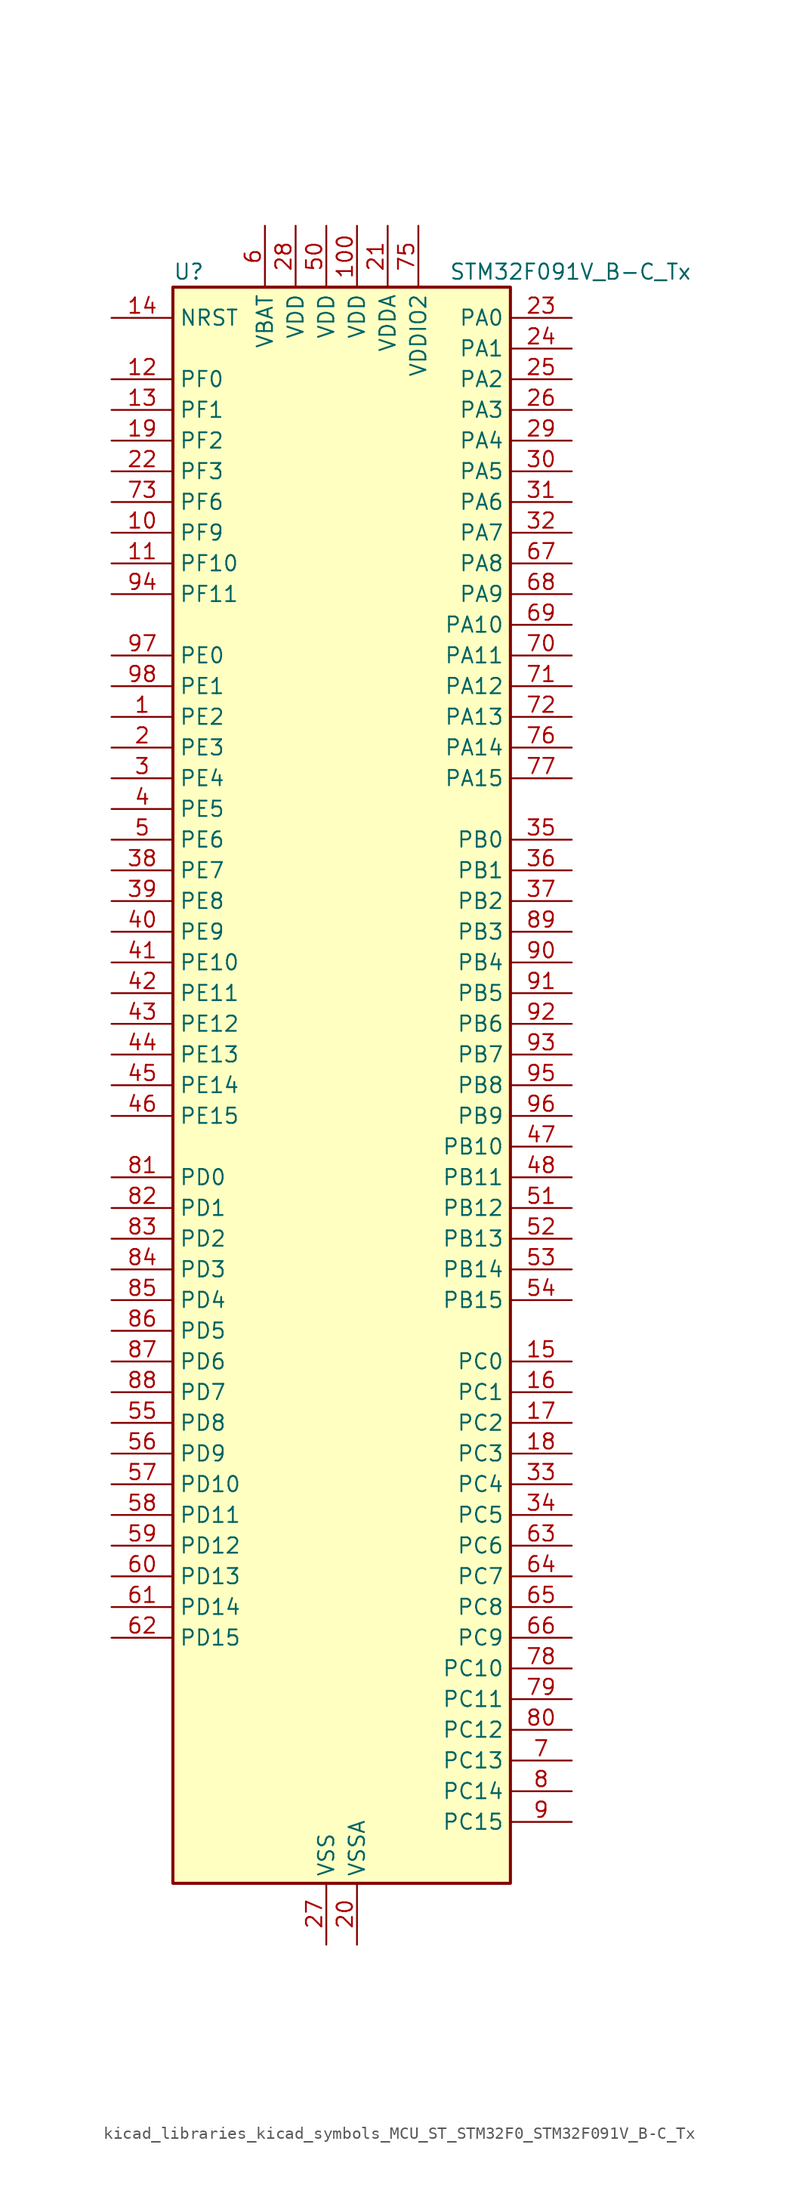
<source format=kicad_sym>
(kicad_symbol_lib
  (version 20220914)
  (generator kicad_symbol_editor)
  (symbol "kicad_libraries_kicad_symbols_MCU_ST_STM32F0_STM32F091V_B-C_Tx"
    (property "Reference" "U"
      (at -12.7 67.31 0)
      (effects (font (size 1.27 1.27)) (justify left)))
    (property "Value" "STM32F091V_B-C_Tx"
      (at 10.16 67.31 0)
      (effects (font (size 1.27 1.27)) (justify left)))
    (property "ki_locked" ""
      (at 0 0 0)
      (effects (font (size 1.27 1.27))))
    (symbol "kicad_libraries_kicad_symbols_MCU_ST_STM32F0_STM32F091V_B-C_Tx_0_1"
      (rectangle (start -12.7 -66.04) (end 15.24 66.04) (stroke (width 0.254) (type default)) (fill (type background))))
    (symbol "kicad_libraries_kicad_symbols_MCU_ST_STM32F0_STM32F091V_B-C_Tx_1_1"
      (pin bidirectional line (at -17.78 30.48 0) (length 5.08) (name "PE2" (effects (font (size 1.27 1.27)))) (number "1" (effects (font (size 1.27 1.27)))) (alternate "TIM3_ETR" bidirectional line) (alternate "TSC_G7_IO1" bidirectional line))
      (pin bidirectional line (at -17.78 45.72 0) (length 5.08) (name "PF9" (effects (font (size 1.27 1.27)))) (number "10" (effects (font (size 1.27 1.27)))) (alternate "DAC_EXTI9" bidirectional line) (alternate "TIM15_CH1" bidirectional line) (alternate "USART6_TX" bidirectional line))
      (pin power_in line (at 2.54 71.12 270) (length 5.08) (name "VDD" (effects (font (size 1.27 1.27)))) (number "100" (effects (font (size 1.27 1.27)))))
      (pin bidirectional line (at -17.78 43.18 0) (length 5.08) (name "PF10" (effects (font (size 1.27 1.27)))) (number "11" (effects (font (size 1.27 1.27)))) (alternate "TIM15_CH2" bidirectional line) (alternate "USART6_RX" bidirectional line))
      (pin bidirectional line (at -17.78 58.42 0) (length 5.08) (name "PF0" (effects (font (size 1.27 1.27)))) (number "12" (effects (font (size 1.27 1.27)))) (alternate "CRS_SYNC" bidirectional line) (alternate "I2C1_SDA" bidirectional line) (alternate "RCC_OSC_IN" bidirectional line))
      (pin bidirectional line (at -17.78 55.88 0) (length 5.08) (name "PF1" (effects (font (size 1.27 1.27)))) (number "13" (effects (font (size 1.27 1.27)))) (alternate "I2C1_SCL" bidirectional line) (alternate "RCC_OSC_OUT" bidirectional line))
      (pin input line (at -17.78 63.5 0) (length 5.08) (name "NRST" (effects (font (size 1.27 1.27)))) (number "14" (effects (font (size 1.27 1.27)))))
      (pin bidirectional line (at 20.32 -22.86 180) (length 5.08) (name "PC0" (effects (font (size 1.27 1.27)))) (number "15" (effects (font (size 1.27 1.27)))) (alternate "ADC_IN10" bidirectional line) (alternate "USART6_TX" bidirectional line) (alternate "USART7_TX" bidirectional line))
      (pin bidirectional line (at 20.32 -25.4 180) (length 5.08) (name "PC1" (effects (font (size 1.27 1.27)))) (number "16" (effects (font (size 1.27 1.27)))) (alternate "ADC_IN11" bidirectional line) (alternate "USART6_RX" bidirectional line) (alternate "USART7_RX" bidirectional line))
      (pin bidirectional line (at 20.32 -27.94 180) (length 5.08) (name "PC2" (effects (font (size 1.27 1.27)))) (number "17" (effects (font (size 1.27 1.27)))) (alternate "ADC_IN12" bidirectional line) (alternate "I2S2_MCK" bidirectional line) (alternate "SPI2_MISO" bidirectional line) (alternate "USART8_TX" bidirectional line))
      (pin bidirectional line (at 20.32 -30.48 180) (length 5.08) (name "PC3" (effects (font (size 1.27 1.27)))) (number "18" (effects (font (size 1.27 1.27)))) (alternate "ADC_IN13" bidirectional line) (alternate "I2S2_SD" bidirectional line) (alternate "SPI2_MOSI" bidirectional line) (alternate "USART8_RX" bidirectional line))
      (pin bidirectional line (at -17.78 53.34 0) (length 5.08) (name "PF2" (effects (font (size 1.27 1.27)))) (number "19" (effects (font (size 1.27 1.27)))) (alternate "SYS_WKUP8" bidirectional line) (alternate "USART7_CK" bidirectional line) (alternate "USART7_DE" bidirectional line) (alternate "USART7_RTS" bidirectional line) (alternate "USART7_TX" bidirectional line))
      (pin bidirectional line (at -17.78 27.94 0) (length 5.08) (name "PE3" (effects (font (size 1.27 1.27)))) (number "2" (effects (font (size 1.27 1.27)))) (alternate "TIM3_CH1" bidirectional line) (alternate "TSC_G7_IO2" bidirectional line))
      (pin power_in line (at 2.54 -71.12 90) (length 5.08) (name "VSSA" (effects (font (size 1.27 1.27)))) (number "20" (effects (font (size 1.27 1.27)))))
      (pin power_in line (at 5.08 71.12 270) (length 5.08) (name "VDDA" (effects (font (size 1.27 1.27)))) (number "21" (effects (font (size 1.27 1.27)))))
      (pin bidirectional line (at -17.78 50.8 0) (length 5.08) (name "PF3" (effects (font (size 1.27 1.27)))) (number "22" (effects (font (size 1.27 1.27)))) (alternate "USART6_CK" bidirectional line) (alternate "USART6_DE" bidirectional line) (alternate "USART6_RTS" bidirectional line) (alternate "USART7_RX" bidirectional line))
      (pin bidirectional line (at 20.32 63.5 180) (length 5.08) (name "PA0" (effects (font (size 1.27 1.27)))) (number "23" (effects (font (size 1.27 1.27)))) (alternate "ADC_IN0" bidirectional line) (alternate "COMP1_INM" bidirectional line) (alternate "COMP1_OUT" bidirectional line) (alternate "RTC_TAMP2" bidirectional line) (alternate "SYS_WKUP1" bidirectional line) (alternate "TIM2_CH1" bidirectional line) (alternate "TIM2_ETR" bidirectional line) (alternate "TSC_G1_IO1" bidirectional line) (alternate "USART2_CTS" bidirectional line) (alternate "USART4_TX" bidirectional line))
      (pin bidirectional line (at 20.32 60.96 180) (length 5.08) (name "PA1" (effects (font (size 1.27 1.27)))) (number "24" (effects (font (size 1.27 1.27)))) (alternate "ADC_IN1" bidirectional line) (alternate "COMP1_INP" bidirectional line) (alternate "TIM15_CH1N" bidirectional line) (alternate "TIM2_CH2" bidirectional line) (alternate "TSC_G1_IO2" bidirectional line) (alternate "USART2_DE" bidirectional line) (alternate "USART2_RTS" bidirectional line) (alternate "USART4_RX" bidirectional line))
      (pin bidirectional line (at 20.32 58.42 180) (length 5.08) (name "PA2" (effects (font (size 1.27 1.27)))) (number "25" (effects (font (size 1.27 1.27)))) (alternate "ADC_IN2" bidirectional line) (alternate "COMP2_INM" bidirectional line) (alternate "COMP2_OUT" bidirectional line) (alternate "SYS_WKUP4" bidirectional line) (alternate "TIM15_CH1" bidirectional line) (alternate "TIM2_CH3" bidirectional line) (alternate "TSC_G1_IO3" bidirectional line) (alternate "USART2_TX" bidirectional line))
      (pin bidirectional line (at 20.32 55.88 180) (length 5.08) (name "PA3" (effects (font (size 1.27 1.27)))) (number "26" (effects (font (size 1.27 1.27)))) (alternate "ADC_IN3" bidirectional line) (alternate "COMP2_INP" bidirectional line) (alternate "TIM15_CH2" bidirectional line) (alternate "TIM2_CH4" bidirectional line) (alternate "TSC_G1_IO4" bidirectional line) (alternate "USART2_RX" bidirectional line))
      (pin power_in line (at 0 -71.12 90) (length 5.08) (name "VSS" (effects (font (size 1.27 1.27)))) (number "27" (effects (font (size 1.27 1.27)))))
      (pin power_in line (at -2.54 71.12 270) (length 5.08) (name "VDD" (effects (font (size 1.27 1.27)))) (number "28" (effects (font (size 1.27 1.27)))))
      (pin bidirectional line (at 20.32 53.34 180) (length 5.08) (name "PA4" (effects (font (size 1.27 1.27)))) (number "29" (effects (font (size 1.27 1.27)))) (alternate "ADC_IN4" bidirectional line) (alternate "COMP1_INM" bidirectional line) (alternate "COMP2_INM" bidirectional line) (alternate "DAC_OUT1" bidirectional line) (alternate "I2S1_WS" bidirectional line) (alternate "SPI1_NSS" bidirectional line) (alternate "TIM14_CH1" bidirectional line) (alternate "TSC_G2_IO1" bidirectional line) (alternate "USART2_CK" bidirectional line) (alternate "USART6_TX" bidirectional line))
      (pin bidirectional line (at -17.78 25.4 0) (length 5.08) (name "PE4" (effects (font (size 1.27 1.27)))) (number "3" (effects (font (size 1.27 1.27)))) (alternate "TIM3_CH2" bidirectional line) (alternate "TSC_G7_IO3" bidirectional line))
      (pin bidirectional line (at 20.32 50.8 180) (length 5.08) (name "PA5" (effects (font (size 1.27 1.27)))) (number "30" (effects (font (size 1.27 1.27)))) (alternate "ADC_IN5" bidirectional line) (alternate "CEC" bidirectional line) (alternate "COMP1_INM" bidirectional line) (alternate "COMP2_INM" bidirectional line) (alternate "DAC_OUT2" bidirectional line) (alternate "I2S1_CK" bidirectional line) (alternate "SPI1_SCK" bidirectional line) (alternate "TIM2_CH1" bidirectional line) (alternate "TIM2_ETR" bidirectional line) (alternate "TSC_G2_IO2" bidirectional line) (alternate "USART6_RX" bidirectional line))
      (pin bidirectional line (at 20.32 48.26 180) (length 5.08) (name "PA6" (effects (font (size 1.27 1.27)))) (number "31" (effects (font (size 1.27 1.27)))) (alternate "ADC_IN6" bidirectional line) (alternate "COMP1_OUT" bidirectional line) (alternate "I2S1_MCK" bidirectional line) (alternate "SPI1_MISO" bidirectional line) (alternate "TIM16_CH1" bidirectional line) (alternate "TIM1_BKIN" bidirectional line) (alternate "TIM3_CH1" bidirectional line) (alternate "TSC_G2_IO3" bidirectional line) (alternate "USART3_CTS" bidirectional line))
      (pin bidirectional line (at 20.32 45.72 180) (length 5.08) (name "PA7" (effects (font (size 1.27 1.27)))) (number "32" (effects (font (size 1.27 1.27)))) (alternate "ADC_IN7" bidirectional line) (alternate "COMP2_OUT" bidirectional line) (alternate "I2S1_SD" bidirectional line) (alternate "SPI1_MOSI" bidirectional line) (alternate "TIM14_CH1" bidirectional line) (alternate "TIM17_CH1" bidirectional line) (alternate "TIM1_CH1N" bidirectional line) (alternate "TIM3_CH2" bidirectional line) (alternate "TSC_G2_IO4" bidirectional line))
      (pin bidirectional line (at 20.32 -33.02 180) (length 5.08) (name "PC4" (effects (font (size 1.27 1.27)))) (number "33" (effects (font (size 1.27 1.27)))) (alternate "ADC_IN14" bidirectional line) (alternate "USART3_TX" bidirectional line))
      (pin bidirectional line (at 20.32 -35.56 180) (length 5.08) (name "PC5" (effects (font (size 1.27 1.27)))) (number "34" (effects (font (size 1.27 1.27)))) (alternate "ADC_IN15" bidirectional line) (alternate "SYS_WKUP5" bidirectional line) (alternate "TSC_G3_IO1" bidirectional line) (alternate "USART3_RX" bidirectional line))
      (pin bidirectional line (at 20.32 20.32 180) (length 5.08) (name "PB0" (effects (font (size 1.27 1.27)))) (number "35" (effects (font (size 1.27 1.27)))) (alternate "ADC_IN8" bidirectional line) (alternate "TIM1_CH2N" bidirectional line) (alternate "TIM3_CH3" bidirectional line) (alternate "TSC_G3_IO2" bidirectional line) (alternate "USART3_CK" bidirectional line))
      (pin bidirectional line (at 20.32 17.78 180) (length 5.08) (name "PB1" (effects (font (size 1.27 1.27)))) (number "36" (effects (font (size 1.27 1.27)))) (alternate "ADC_IN9" bidirectional line) (alternate "TIM14_CH1" bidirectional line) (alternate "TIM1_CH3N" bidirectional line) (alternate "TIM3_CH4" bidirectional line) (alternate "TSC_G3_IO3" bidirectional line) (alternate "USART3_DE" bidirectional line) (alternate "USART3_RTS" bidirectional line))
      (pin bidirectional line (at 20.32 15.24 180) (length 5.08) (name "PB2" (effects (font (size 1.27 1.27)))) (number "37" (effects (font (size 1.27 1.27)))) (alternate "TSC_G3_IO4" bidirectional line))
      (pin bidirectional line (at -17.78 17.78 0) (length 5.08) (name "PE7" (effects (font (size 1.27 1.27)))) (number "38" (effects (font (size 1.27 1.27)))) (alternate "TIM1_ETR" bidirectional line) (alternate "USART5_CK" bidirectional line) (alternate "USART5_DE" bidirectional line) (alternate "USART5_RTS" bidirectional line))
      (pin bidirectional line (at -17.78 15.24 0) (length 5.08) (name "PE8" (effects (font (size 1.27 1.27)))) (number "39" (effects (font (size 1.27 1.27)))) (alternate "TIM1_CH1N" bidirectional line) (alternate "USART4_TX" bidirectional line))
      (pin bidirectional line (at -17.78 22.86 0) (length 5.08) (name "PE5" (effects (font (size 1.27 1.27)))) (number "4" (effects (font (size 1.27 1.27)))) (alternate "TIM3_CH3" bidirectional line) (alternate "TSC_G7_IO4" bidirectional line))
      (pin bidirectional line (at -17.78 12.7 0) (length 5.08) (name "PE9" (effects (font (size 1.27 1.27)))) (number "40" (effects (font (size 1.27 1.27)))) (alternate "DAC_EXTI9" bidirectional line) (alternate "TIM1_CH1" bidirectional line) (alternate "USART4_RX" bidirectional line))
      (pin bidirectional line (at -17.78 10.16 0) (length 5.08) (name "PE10" (effects (font (size 1.27 1.27)))) (number "41" (effects (font (size 1.27 1.27)))) (alternate "TIM1_CH2N" bidirectional line) (alternate "USART5_TX" bidirectional line))
      (pin bidirectional line (at -17.78 7.62 0) (length 5.08) (name "PE11" (effects (font (size 1.27 1.27)))) (number "42" (effects (font (size 1.27 1.27)))) (alternate "TIM1_CH2" bidirectional line) (alternate "USART5_RX" bidirectional line))
      (pin bidirectional line (at -17.78 5.08 0) (length 5.08) (name "PE12" (effects (font (size 1.27 1.27)))) (number "43" (effects (font (size 1.27 1.27)))) (alternate "I2S1_WS" bidirectional line) (alternate "SPI1_NSS" bidirectional line) (alternate "TIM1_CH3N" bidirectional line))
      (pin bidirectional line (at -17.78 2.54 0) (length 5.08) (name "PE13" (effects (font (size 1.27 1.27)))) (number "44" (effects (font (size 1.27 1.27)))) (alternate "I2S1_CK" bidirectional line) (alternate "SPI1_SCK" bidirectional line) (alternate "TIM1_CH3" bidirectional line))
      (pin bidirectional line (at -17.78 0 0) (length 5.08) (name "PE14" (effects (font (size 1.27 1.27)))) (number "45" (effects (font (size 1.27 1.27)))) (alternate "I2S1_MCK" bidirectional line) (alternate "SPI1_MISO" bidirectional line) (alternate "TIM1_CH4" bidirectional line))
      (pin bidirectional line (at -17.78 -2.54 0) (length 5.08) (name "PE15" (effects (font (size 1.27 1.27)))) (number "46" (effects (font (size 1.27 1.27)))) (alternate "I2S1_SD" bidirectional line) (alternate "SPI1_MOSI" bidirectional line) (alternate "TIM1_BKIN" bidirectional line))
      (pin bidirectional line (at 20.32 -5.08 180) (length 5.08) (name "PB10" (effects (font (size 1.27 1.27)))) (number "47" (effects (font (size 1.27 1.27)))) (alternate "CEC" bidirectional line) (alternate "I2C2_SCL" bidirectional line) (alternate "I2S2_CK" bidirectional line) (alternate "SPI2_SCK" bidirectional line) (alternate "TIM2_CH3" bidirectional line) (alternate "TSC_SYNC" bidirectional line) (alternate "USART3_TX" bidirectional line))
      (pin bidirectional line (at 20.32 -7.62 180) (length 5.08) (name "PB11" (effects (font (size 1.27 1.27)))) (number "48" (effects (font (size 1.27 1.27)))) (alternate "I2C2_SDA" bidirectional line) (alternate "TIM2_CH4" bidirectional line) (alternate "TSC_G6_IO1" bidirectional line) (alternate "USART3_RX" bidirectional line))
      (pin passive line (at 0 -71.12 90) (length 5.08) hide (name "VSS" (effects (font (size 1.27 1.27)))) (number "49" (effects (font (size 1.27 1.27)))))
      (pin bidirectional line (at -17.78 20.32 0) (length 5.08) (name "PE6" (effects (font (size 1.27 1.27)))) (number "5" (effects (font (size 1.27 1.27)))) (alternate "RTC_TAMP3" bidirectional line) (alternate "SYS_WKUP3" bidirectional line) (alternate "TIM3_CH4" bidirectional line))
      (pin power_in line (at 0 71.12 270) (length 5.08) (name "VDD" (effects (font (size 1.27 1.27)))) (number "50" (effects (font (size 1.27 1.27)))))
      (pin bidirectional line (at 20.32 -10.16 180) (length 5.08) (name "PB12" (effects (font (size 1.27 1.27)))) (number "51" (effects (font (size 1.27 1.27)))) (alternate "I2S2_WS" bidirectional line) (alternate "SPI2_NSS" bidirectional line) (alternate "TIM15_BKIN" bidirectional line) (alternate "TIM1_BKIN" bidirectional line) (alternate "TSC_G6_IO2" bidirectional line) (alternate "USART3_CK" bidirectional line))
      (pin bidirectional line (at 20.32 -12.7 180) (length 5.08) (name "PB13" (effects (font (size 1.27 1.27)))) (number "52" (effects (font (size 1.27 1.27)))) (alternate "I2C2_SCL" bidirectional line) (alternate "I2S2_CK" bidirectional line) (alternate "SPI2_SCK" bidirectional line) (alternate "TIM1_CH1N" bidirectional line) (alternate "TSC_G6_IO3" bidirectional line) (alternate "USART3_CTS" bidirectional line))
      (pin bidirectional line (at 20.32 -15.24 180) (length 5.08) (name "PB14" (effects (font (size 1.27 1.27)))) (number "53" (effects (font (size 1.27 1.27)))) (alternate "I2C2_SDA" bidirectional line) (alternate "I2S2_MCK" bidirectional line) (alternate "SPI2_MISO" bidirectional line) (alternate "TIM15_CH1" bidirectional line) (alternate "TIM1_CH2N" bidirectional line) (alternate "TSC_G6_IO4" bidirectional line) (alternate "USART3_DE" bidirectional line) (alternate "USART3_RTS" bidirectional line))
      (pin bidirectional line (at 20.32 -17.78 180) (length 5.08) (name "PB15" (effects (font (size 1.27 1.27)))) (number "54" (effects (font (size 1.27 1.27)))) (alternate "I2S2_SD" bidirectional line) (alternate "RTC_REFIN" bidirectional line) (alternate "SPI2_MOSI" bidirectional line) (alternate "SYS_WKUP7" bidirectional line) (alternate "TIM15_CH1N" bidirectional line) (alternate "TIM15_CH2" bidirectional line) (alternate "TIM1_CH3N" bidirectional line))
      (pin bidirectional line (at -17.78 -27.94 0) (length 5.08) (name "PD8" (effects (font (size 1.27 1.27)))) (number "55" (effects (font (size 1.27 1.27)))) (alternate "USART3_TX" bidirectional line))
      (pin bidirectional line (at -17.78 -30.48 0) (length 5.08) (name "PD9" (effects (font (size 1.27 1.27)))) (number "56" (effects (font (size 1.27 1.27)))) (alternate "DAC_EXTI9" bidirectional line) (alternate "USART3_RX" bidirectional line))
      (pin bidirectional line (at -17.78 -33.02 0) (length 5.08) (name "PD10" (effects (font (size 1.27 1.27)))) (number "57" (effects (font (size 1.27 1.27)))) (alternate "USART3_CK" bidirectional line))
      (pin bidirectional line (at -17.78 -35.56 0) (length 5.08) (name "PD11" (effects (font (size 1.27 1.27)))) (number "58" (effects (font (size 1.27 1.27)))) (alternate "USART3_CTS" bidirectional line))
      (pin bidirectional line (at -17.78 -38.1 0) (length 5.08) (name "PD12" (effects (font (size 1.27 1.27)))) (number "59" (effects (font (size 1.27 1.27)))) (alternate "TSC_G8_IO1" bidirectional line) (alternate "USART3_DE" bidirectional line) (alternate "USART3_RTS" bidirectional line) (alternate "USART8_CK" bidirectional line) (alternate "USART8_DE" bidirectional line) (alternate "USART8_RTS" bidirectional line))
      (pin power_in line (at -5.08 71.12 270) (length 5.08) (name "VBAT" (effects (font (size 1.27 1.27)))) (number "6" (effects (font (size 1.27 1.27)))))
      (pin bidirectional line (at -17.78 -40.64 0) (length 5.08) (name "PD13" (effects (font (size 1.27 1.27)))) (number "60" (effects (font (size 1.27 1.27)))) (alternate "TSC_G8_IO2" bidirectional line) (alternate "USART8_TX" bidirectional line))
      (pin bidirectional line (at -17.78 -43.18 0) (length 5.08) (name "PD14" (effects (font (size 1.27 1.27)))) (number "61" (effects (font (size 1.27 1.27)))) (alternate "TSC_G8_IO3" bidirectional line) (alternate "USART8_RX" bidirectional line))
      (pin bidirectional line (at -17.78 -45.72 0) (length 5.08) (name "PD15" (effects (font (size 1.27 1.27)))) (number "62" (effects (font (size 1.27 1.27)))) (alternate "CRS_SYNC" bidirectional line) (alternate "TSC_G8_IO4" bidirectional line) (alternate "USART7_CK" bidirectional line) (alternate "USART7_DE" bidirectional line) (alternate "USART7_RTS" bidirectional line))
      (pin bidirectional line (at 20.32 -38.1 180) (length 5.08) (name "PC6" (effects (font (size 1.27 1.27)))) (number "63" (effects (font (size 1.27 1.27)))) (alternate "TIM3_CH1" bidirectional line) (alternate "USART7_TX" bidirectional line))
      (pin bidirectional line (at 20.32 -40.64 180) (length 5.08) (name "PC7" (effects (font (size 1.27 1.27)))) (number "64" (effects (font (size 1.27 1.27)))) (alternate "TIM3_CH2" bidirectional line) (alternate "USART7_RX" bidirectional line))
      (pin bidirectional line (at 20.32 -43.18 180) (length 5.08) (name "PC8" (effects (font (size 1.27 1.27)))) (number "65" (effects (font (size 1.27 1.27)))) (alternate "TIM3_CH3" bidirectional line) (alternate "USART8_TX" bidirectional line))
      (pin bidirectional line (at 20.32 -45.72 180) (length 5.08) (name "PC9" (effects (font (size 1.27 1.27)))) (number "66" (effects (font (size 1.27 1.27)))) (alternate "DAC_EXTI9" bidirectional line) (alternate "TIM3_CH4" bidirectional line) (alternate "USART8_RX" bidirectional line))
      (pin bidirectional line (at 20.32 43.18 180) (length 5.08) (name "PA8" (effects (font (size 1.27 1.27)))) (number "67" (effects (font (size 1.27 1.27)))) (alternate "CRS_SYNC" bidirectional line) (alternate "RCC_MCO" bidirectional line) (alternate "TIM1_CH1" bidirectional line) (alternate "USART1_CK" bidirectional line))
      (pin bidirectional line (at 20.32 40.64 180) (length 5.08) (name "PA9" (effects (font (size 1.27 1.27)))) (number "68" (effects (font (size 1.27 1.27)))) (alternate "DAC_EXTI9" bidirectional line) (alternate "I2C1_SCL" bidirectional line) (alternate "RCC_MCO" bidirectional line) (alternate "TIM15_BKIN" bidirectional line) (alternate "TIM1_CH2" bidirectional line) (alternate "TSC_G4_IO1" bidirectional line) (alternate "USART1_TX" bidirectional line))
      (pin bidirectional line (at 20.32 38.1 180) (length 5.08) (name "PA10" (effects (font (size 1.27 1.27)))) (number "69" (effects (font (size 1.27 1.27)))) (alternate "I2C1_SDA" bidirectional line) (alternate "TIM17_BKIN" bidirectional line) (alternate "TIM1_CH3" bidirectional line) (alternate "TSC_G4_IO2" bidirectional line) (alternate "USART1_RX" bidirectional line))
      (pin bidirectional line (at 20.32 -55.88 180) (length 5.08) (name "PC13" (effects (font (size 1.27 1.27)))) (number "7" (effects (font (size 1.27 1.27)))) (alternate "RTC_OUT_ALARM" bidirectional line) (alternate "RTC_OUT_CALIB" bidirectional line) (alternate "RTC_TAMP1" bidirectional line) (alternate "RTC_TS" bidirectional line) (alternate "SYS_WKUP2" bidirectional line))
      (pin bidirectional line (at 20.32 35.56 180) (length 5.08) (name "PA11" (effects (font (size 1.27 1.27)))) (number "70" (effects (font (size 1.27 1.27)))) (alternate "CAN_RX" bidirectional line) (alternate "COMP1_OUT" bidirectional line) (alternate "I2C2_SCL" bidirectional line) (alternate "TIM1_CH4" bidirectional line) (alternate "TSC_G4_IO3" bidirectional line) (alternate "USART1_CTS" bidirectional line))
      (pin bidirectional line (at 20.32 33.02 180) (length 5.08) (name "PA12" (effects (font (size 1.27 1.27)))) (number "71" (effects (font (size 1.27 1.27)))) (alternate "CAN_TX" bidirectional line) (alternate "COMP2_OUT" bidirectional line) (alternate "I2C2_SDA" bidirectional line) (alternate "TIM1_ETR" bidirectional line) (alternate "TSC_G4_IO4" bidirectional line) (alternate "USART1_DE" bidirectional line) (alternate "USART1_RTS" bidirectional line))
      (pin bidirectional line (at 20.32 30.48 180) (length 5.08) (name "PA13" (effects (font (size 1.27 1.27)))) (number "72" (effects (font (size 1.27 1.27)))) (alternate "IR_OUT" bidirectional line) (alternate "SYS_SWDIO" bidirectional line))
      (pin bidirectional line (at -17.78 48.26 0) (length 5.08) (name "PF6" (effects (font (size 1.27 1.27)))) (number "73" (effects (font (size 1.27 1.27)))))
      (pin passive line (at 0 -71.12 90) (length 5.08) hide (name "VSS" (effects (font (size 1.27 1.27)))) (number "74" (effects (font (size 1.27 1.27)))))
      (pin power_in line (at 7.62 71.12 270) (length 5.08) (name "VDDIO2" (effects (font (size 1.27 1.27)))) (number "75" (effects (font (size 1.27 1.27)))))
      (pin bidirectional line (at 20.32 27.94 180) (length 5.08) (name "PA14" (effects (font (size 1.27 1.27)))) (number "76" (effects (font (size 1.27 1.27)))) (alternate "SYS_SWCLK" bidirectional line) (alternate "USART2_TX" bidirectional line))
      (pin bidirectional line (at 20.32 25.4 180) (length 5.08) (name "PA15" (effects (font (size 1.27 1.27)))) (number "77" (effects (font (size 1.27 1.27)))) (alternate "I2S1_WS" bidirectional line) (alternate "SPI1_NSS" bidirectional line) (alternate "TIM2_CH1" bidirectional line) (alternate "TIM2_ETR" bidirectional line) (alternate "USART2_RX" bidirectional line) (alternate "USART4_DE" bidirectional line) (alternate "USART4_RTS" bidirectional line))
      (pin bidirectional line (at 20.32 -48.26 180) (length 5.08) (name "PC10" (effects (font (size 1.27 1.27)))) (number "78" (effects (font (size 1.27 1.27)))) (alternate "USART3_TX" bidirectional line) (alternate "USART4_TX" bidirectional line))
      (pin bidirectional line (at 20.32 -50.8 180) (length 5.08) (name "PC11" (effects (font (size 1.27 1.27)))) (number "79" (effects (font (size 1.27 1.27)))) (alternate "USART3_RX" bidirectional line) (alternate "USART4_RX" bidirectional line))
      (pin bidirectional line (at 20.32 -58.42 180) (length 5.08) (name "PC14" (effects (font (size 1.27 1.27)))) (number "8" (effects (font (size 1.27 1.27)))) (alternate "RCC_OSC32_IN" bidirectional line))
      (pin bidirectional line (at 20.32 -53.34 180) (length 5.08) (name "PC12" (effects (font (size 1.27 1.27)))) (number "80" (effects (font (size 1.27 1.27)))) (alternate "USART3_CK" bidirectional line) (alternate "USART4_CK" bidirectional line) (alternate "USART5_TX" bidirectional line))
      (pin bidirectional line (at -17.78 -7.62 0) (length 5.08) (name "PD0" (effects (font (size 1.27 1.27)))) (number "81" (effects (font (size 1.27 1.27)))) (alternate "CAN_RX" bidirectional line) (alternate "I2S2_WS" bidirectional line) (alternate "SPI2_NSS" bidirectional line))
      (pin bidirectional line (at -17.78 -10.16 0) (length 5.08) (name "PD1" (effects (font (size 1.27 1.27)))) (number "82" (effects (font (size 1.27 1.27)))) (alternate "CAN_TX" bidirectional line) (alternate "I2S2_CK" bidirectional line) (alternate "SPI2_SCK" bidirectional line))
      (pin bidirectional line (at -17.78 -12.7 0) (length 5.08) (name "PD2" (effects (font (size 1.27 1.27)))) (number "83" (effects (font (size 1.27 1.27)))) (alternate "TIM3_ETR" bidirectional line) (alternate "USART3_DE" bidirectional line) (alternate "USART3_RTS" bidirectional line) (alternate "USART5_RX" bidirectional line))
      (pin bidirectional line (at -17.78 -15.24 0) (length 5.08) (name "PD3" (effects (font (size 1.27 1.27)))) (number "84" (effects (font (size 1.27 1.27)))) (alternate "I2S2_MCK" bidirectional line) (alternate "SPI2_MISO" bidirectional line) (alternate "USART2_CTS" bidirectional line))
      (pin bidirectional line (at -17.78 -17.78 0) (length 5.08) (name "PD4" (effects (font (size 1.27 1.27)))) (number "85" (effects (font (size 1.27 1.27)))) (alternate "I2S2_SD" bidirectional line) (alternate "SPI2_MOSI" bidirectional line) (alternate "USART2_DE" bidirectional line) (alternate "USART2_RTS" bidirectional line))
      (pin bidirectional line (at -17.78 -20.32 0) (length 5.08) (name "PD5" (effects (font (size 1.27 1.27)))) (number "86" (effects (font (size 1.27 1.27)))) (alternate "USART2_TX" bidirectional line))
      (pin bidirectional line (at -17.78 -22.86 0) (length 5.08) (name "PD6" (effects (font (size 1.27 1.27)))) (number "87" (effects (font (size 1.27 1.27)))) (alternate "USART2_RX" bidirectional line))
      (pin bidirectional line (at -17.78 -25.4 0) (length 5.08) (name "PD7" (effects (font (size 1.27 1.27)))) (number "88" (effects (font (size 1.27 1.27)))) (alternate "USART2_CK" bidirectional line))
      (pin bidirectional line (at 20.32 12.7 180) (length 5.08) (name "PB3" (effects (font (size 1.27 1.27)))) (number "89" (effects (font (size 1.27 1.27)))) (alternate "I2S1_CK" bidirectional line) (alternate "SPI1_SCK" bidirectional line) (alternate "TIM2_CH2" bidirectional line) (alternate "TSC_G5_IO1" bidirectional line) (alternate "USART5_TX" bidirectional line))
      (pin bidirectional line (at 20.32 -60.96 180) (length 5.08) (name "PC15" (effects (font (size 1.27 1.27)))) (number "9" (effects (font (size 1.27 1.27)))) (alternate "RCC_OSC32_OUT" bidirectional line))
      (pin bidirectional line (at 20.32 10.16 180) (length 5.08) (name "PB4" (effects (font (size 1.27 1.27)))) (number "90" (effects (font (size 1.27 1.27)))) (alternate "I2S1_MCK" bidirectional line) (alternate "SPI1_MISO" bidirectional line) (alternate "TIM17_BKIN" bidirectional line) (alternate "TIM3_CH1" bidirectional line) (alternate "TSC_G5_IO2" bidirectional line) (alternate "USART5_RX" bidirectional line))
      (pin bidirectional line (at 20.32 7.62 180) (length 5.08) (name "PB5" (effects (font (size 1.27 1.27)))) (number "91" (effects (font (size 1.27 1.27)))) (alternate "I2C1_SMBA" bidirectional line) (alternate "I2S1_SD" bidirectional line) (alternate "SPI1_MOSI" bidirectional line) (alternate "SYS_WKUP6" bidirectional line) (alternate "TIM16_BKIN" bidirectional line) (alternate "TIM3_CH2" bidirectional line) (alternate "USART5_CK" bidirectional line) (alternate "USART5_DE" bidirectional line) (alternate "USART5_RTS" bidirectional line))
      (pin bidirectional line (at 20.32 5.08 180) (length 5.08) (name "PB6" (effects (font (size 1.27 1.27)))) (number "92" (effects (font (size 1.27 1.27)))) (alternate "I2C1_SCL" bidirectional line) (alternate "TIM16_CH1N" bidirectional line) (alternate "TSC_G5_IO3" bidirectional line) (alternate "USART1_TX" bidirectional line))
      (pin bidirectional line (at 20.32 2.54 180) (length 5.08) (name "PB7" (effects (font (size 1.27 1.27)))) (number "93" (effects (font (size 1.27 1.27)))) (alternate "I2C1_SDA" bidirectional line) (alternate "TIM17_CH1N" bidirectional line) (alternate "TSC_G5_IO4" bidirectional line) (alternate "USART1_RX" bidirectional line) (alternate "USART4_CTS" bidirectional line))
      (pin bidirectional line (at -17.78 40.64 0) (length 5.08) (name "PF11" (effects (font (size 1.27 1.27)))) (number "94" (effects (font (size 1.27 1.27)))))
      (pin bidirectional line (at 20.32 0 180) (length 5.08) (name "PB8" (effects (font (size 1.27 1.27)))) (number "95" (effects (font (size 1.27 1.27)))) (alternate "CAN_RX" bidirectional line) (alternate "CEC" bidirectional line) (alternate "I2C1_SCL" bidirectional line) (alternate "TIM16_CH1" bidirectional line) (alternate "TSC_SYNC" bidirectional line))
      (pin bidirectional line (at 20.32 -2.54 180) (length 5.08) (name "PB9" (effects (font (size 1.27 1.27)))) (number "96" (effects (font (size 1.27 1.27)))) (alternate "CAN_TX" bidirectional line) (alternate "DAC_EXTI9" bidirectional line) (alternate "I2C1_SDA" bidirectional line) (alternate "I2S2_WS" bidirectional line) (alternate "IR_OUT" bidirectional line) (alternate "SPI2_NSS" bidirectional line) (alternate "TIM17_CH1" bidirectional line))
      (pin bidirectional line (at -17.78 35.56 0) (length 5.08) (name "PE0" (effects (font (size 1.27 1.27)))) (number "97" (effects (font (size 1.27 1.27)))) (alternate "TIM16_CH1" bidirectional line))
      (pin bidirectional line (at -17.78 33.02 0) (length 5.08) (name "PE1" (effects (font (size 1.27 1.27)))) (number "98" (effects (font (size 1.27 1.27)))) (alternate "TIM17_CH1" bidirectional line))
      (pin passive line (at 0 -71.12 90) (length 5.08) hide (name "VSS" (effects (font (size 1.27 1.27)))) (number "99" (effects (font (size 1.27 1.27))))))))
</source>
